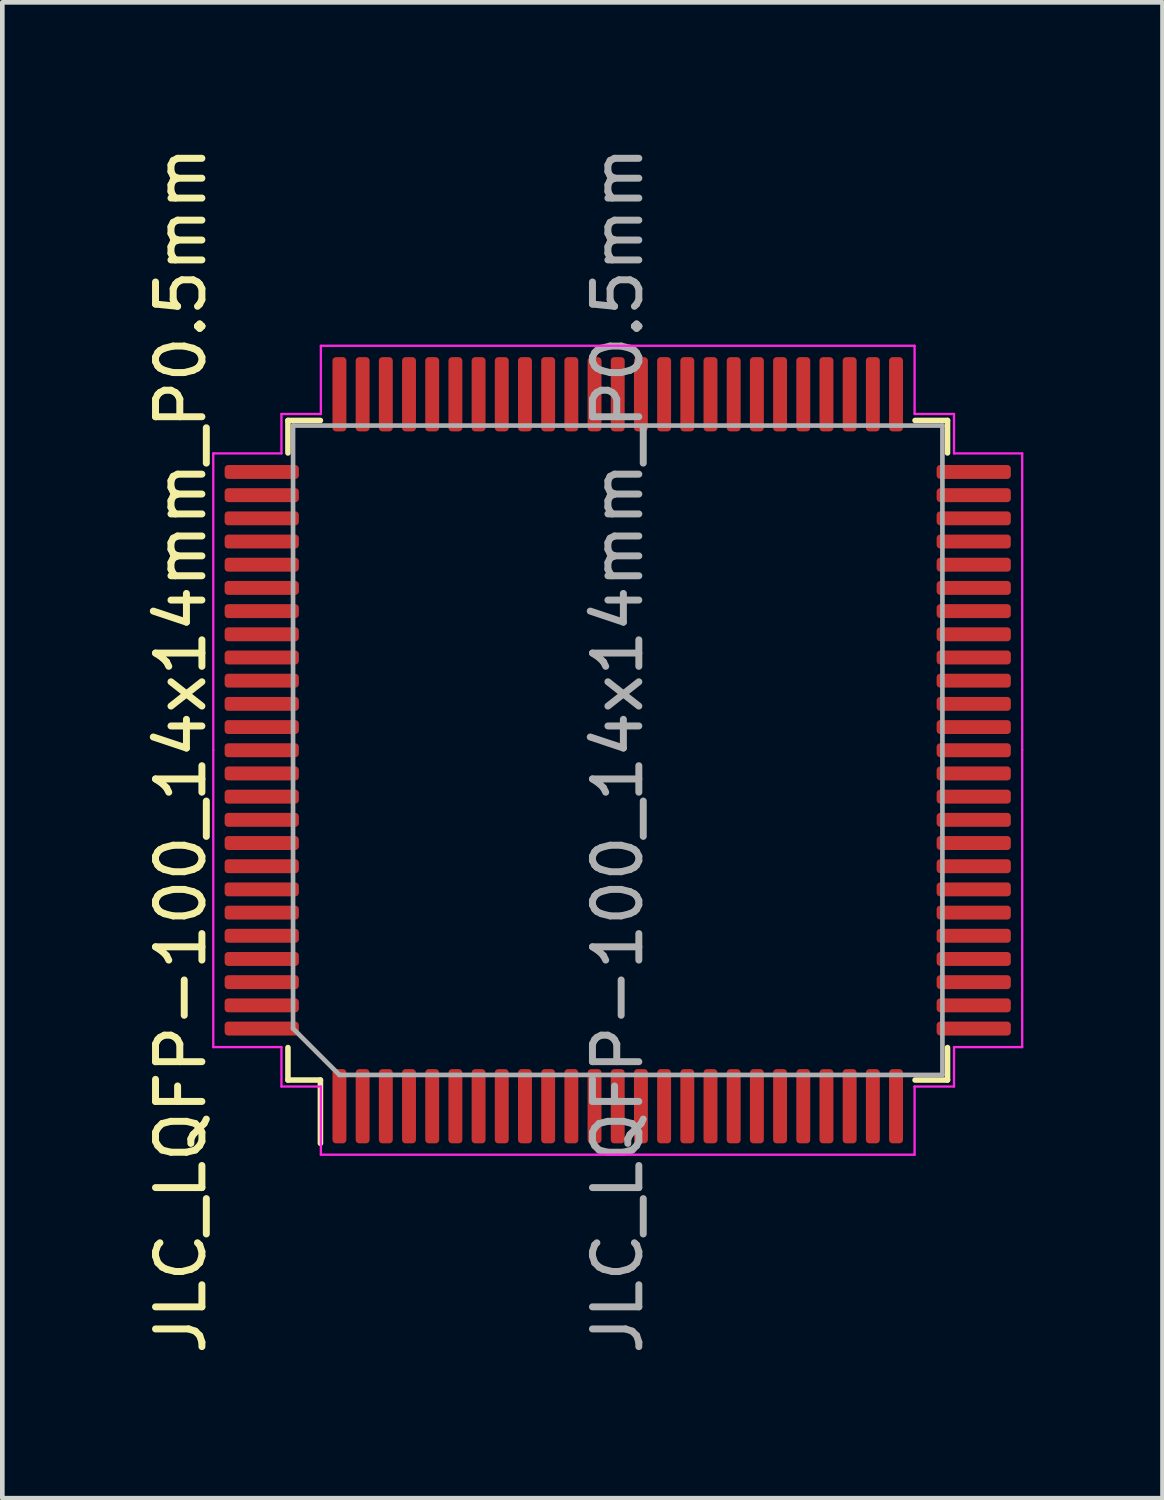
<source format=kicad_pcb>
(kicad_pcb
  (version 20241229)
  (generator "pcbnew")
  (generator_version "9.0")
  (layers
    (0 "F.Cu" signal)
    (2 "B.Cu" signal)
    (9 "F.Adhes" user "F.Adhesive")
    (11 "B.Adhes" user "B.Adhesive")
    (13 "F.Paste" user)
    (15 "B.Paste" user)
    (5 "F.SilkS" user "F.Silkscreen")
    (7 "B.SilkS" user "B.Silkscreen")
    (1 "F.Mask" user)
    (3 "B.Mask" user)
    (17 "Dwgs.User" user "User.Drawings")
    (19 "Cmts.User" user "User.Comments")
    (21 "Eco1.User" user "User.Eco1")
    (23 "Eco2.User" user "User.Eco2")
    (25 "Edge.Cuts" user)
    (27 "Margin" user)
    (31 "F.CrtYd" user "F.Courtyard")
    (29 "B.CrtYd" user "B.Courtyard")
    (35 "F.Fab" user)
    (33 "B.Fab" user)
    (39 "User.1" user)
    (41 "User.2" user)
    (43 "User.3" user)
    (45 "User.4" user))
  (footprint "JLC_LQFP-100_14x14mm_P0.5mm"
    (layer "F.Cu")
    (at 10.268 13.125)
    (property "Reference" "JLC_LQFP-100_14x14mm_P0.5mm" (at -9.42 0 90) (layer "F.SilkS") (effects (font (size 1 1) (thickness 0.15))))
    (attr smd)
    (fp_line (start -7.11 -7.11) (end -6.41 -7.11) (stroke (width 0.12) (type solid)) (layer "F.SilkS"))
    (fp_line (start -7.11 -6.41) (end -7.11 -7.11) (stroke (width 0.12) (type solid)) (layer "F.SilkS"))
    (fp_line (start -7.11 6.41) (end -7.11 7.11) (stroke (width 0.12) (type solid)) (layer "F.SilkS"))
    (fp_line (start -7.11 7.11) (end -6.41 7.11) (stroke (width 0.12) (type solid)) (layer "F.SilkS"))
    (fp_line (start -6.41 7.11) (end -6.41 8.475) (stroke (width 0.12) (type solid)) (layer "F.SilkS"))
    (fp_line (start 7.11 -7.11) (end 6.41 -7.11) (stroke (width 0.12) (type solid)) (layer "F.SilkS"))
    (fp_line (start 7.11 -6.41) (end 7.11 -7.11) (stroke (width 0.12) (type solid)) (layer "F.SilkS"))
    (fp_line (start 7.11 6.41) (end 7.11 7.11) (stroke (width 0.12) (type solid)) (layer "F.SilkS"))
    (fp_line (start 7.11 7.11) (end 6.41 7.11) (stroke (width 0.12) (type solid)) (layer "F.SilkS"))
    (fp_line (start -8.72 -6.4) (end -7.25 -6.4) (stroke (width 0.05) (type solid)) (layer "F.CrtYd"))
    (fp_line (start -8.72 0) (end -8.72 -6.4) (stroke (width 0.05) (type solid)) (layer "F.CrtYd"))
    (fp_line (start -8.72 0) (end -8.72 6.4) (stroke (width 0.05) (type solid)) (layer "F.CrtYd"))
    (fp_line (start -8.72 6.4) (end -7.25 6.4) (stroke (width 0.05) (type solid)) (layer "F.CrtYd"))
    (fp_line (start -7.25 -7.25) (end -6.4 -7.25) (stroke (width 0.05) (type solid)) (layer "F.CrtYd"))
    (fp_line (start -7.25 -6.4) (end -7.25 -7.25) (stroke (width 0.05) (type solid)) (layer "F.CrtYd"))
    (fp_line (start -7.25 6.4) (end -7.25 7.25) (stroke (width 0.05) (type solid)) (layer "F.CrtYd"))
    (fp_line (start -7.25 7.25) (end -6.4 7.25) (stroke (width 0.05) (type solid)) (layer "F.CrtYd"))
    (fp_line (start -6.4 -8.72) (end 0 -8.72) (stroke (width 0.05) (type solid)) (layer "F.CrtYd"))
    (fp_line (start -6.4 -7.25) (end -6.4 -8.72) (stroke (width 0.05) (type solid)) (layer "F.CrtYd"))
    (fp_line (start -6.4 7.25) (end -6.4 8.72) (stroke (width 0.05) (type solid)) (layer "F.CrtYd"))
    (fp_line (start -6.4 8.72) (end 0 8.72) (stroke (width 0.05) (type solid)) (layer "F.CrtYd"))
    (fp_line (start 6.4 -8.72) (end 0 -8.72) (stroke (width 0.05) (type solid)) (layer "F.CrtYd"))
    (fp_line (start 6.4 -7.25) (end 6.4 -8.72) (stroke (width 0.05) (type solid)) (layer "F.CrtYd"))
    (fp_line (start 6.4 7.25) (end 6.4 8.72) (stroke (width 0.05) (type solid)) (layer "F.CrtYd"))
    (fp_line (start 6.4 8.72) (end 0 8.72) (stroke (width 0.05) (type solid)) (layer "F.CrtYd"))
    (fp_line (start 7.25 -7.25) (end 6.4 -7.25) (stroke (width 0.05) (type solid)) (layer "F.CrtYd"))
    (fp_line (start 7.25 -6.4) (end 7.25 -7.25) (stroke (width 0.05) (type solid)) (layer "F.CrtYd"))
    (fp_line (start 7.25 6.4) (end 7.25 7.25) (stroke (width 0.05) (type solid)) (layer "F.CrtYd"))
    (fp_line (start 7.25 7.25) (end 6.4 7.25) (stroke (width 0.05) (type solid)) (layer "F.CrtYd"))
    (fp_line (start 8.72 -6.4) (end 7.25 -6.4) (stroke (width 0.05) (type solid)) (layer "F.CrtYd"))
    (fp_line (start 8.72 0) (end 8.72 -6.4) (stroke (width 0.05) (type solid)) (layer "F.CrtYd"))
    (fp_line (start 8.72 0) (end 8.72 6.4) (stroke (width 0.05) (type solid)) (layer "F.CrtYd"))
    (fp_line (start 8.72 6.4) (end 7.25 6.4) (stroke (width 0.05) (type solid)) (layer "F.CrtYd"))
    (fp_line (start -7 -7) (end 7 -7) (stroke (width 0.1) (type solid)) (layer "F.Fab"))
    (fp_line (start -7 6) (end -7 -7) (stroke (width 0.1) (type solid)) (layer "F.Fab"))
    (fp_line (start -6 7) (end -7 6) (stroke (width 0.1) (type solid)) (layer "F.Fab"))
    (fp_line (start 7 -7) (end 7 7) (stroke (width 0.1) (type solid)) (layer "F.Fab"))
    (fp_line (start 7 7) (end -6 7) (stroke (width 0.1) (type solid)) (layer "F.Fab"))
    (fp_text user "${REFERENCE}" (at 0 0 90) (layer "F.Fab") (effects (font (size 1 1) (thickness 0.15))))
    (pad "1" smd roundrect (at -6 7.675 90) (size 1.6 0.3) (layers "F.Cu" "F.Mask" "F.Paste") (roundrect_rratio 0.25))
    (pad "2" smd roundrect (at -5.5 7.675 90) (size 1.6 0.3) (layers "F.Cu" "F.Mask" "F.Paste") (roundrect_rratio 0.25))
    (pad "3" smd roundrect (at -5 7.675 90) (size 1.6 0.3) (layers "F.Cu" "F.Mask" "F.Paste") (roundrect_rratio 0.25))
    (pad "4" smd roundrect (at -4.5 7.675 90) (size 1.6 0.3) (layers "F.Cu" "F.Mask" "F.Paste") (roundrect_rratio 0.25))
    (pad "5" smd roundrect (at -4 7.675 90) (size 1.6 0.3) (layers "F.Cu" "F.Mask" "F.Paste") (roundrect_rratio 0.25))
    (pad "6" smd roundrect (at -3.5 7.675 90) (size 1.6 0.3) (layers "F.Cu" "F.Mask" "F.Paste") (roundrect_rratio 0.25))
    (pad "7" smd roundrect (at -3 7.675 90) (size 1.6 0.3) (layers "F.Cu" "F.Mask" "F.Paste") (roundrect_rratio 0.25))
    (pad "8" smd roundrect (at -2.5 7.675 90) (size 1.6 0.3) (layers "F.Cu" "F.Mask" "F.Paste") (roundrect_rratio 0.25))
    (pad "9" smd roundrect (at -2 7.675 90) (size 1.6 0.3) (layers "F.Cu" "F.Mask" "F.Paste") (roundrect_rratio 0.25))
    (pad "10" smd roundrect (at -1.5 7.675 90) (size 1.6 0.3) (layers "F.Cu" "F.Mask" "F.Paste") (roundrect_rratio 0.25))
    (pad "11" smd roundrect (at -1 7.675 90) (size 1.6 0.3) (layers "F.Cu" "F.Mask" "F.Paste") (roundrect_rratio 0.25))
    (pad "12" smd roundrect (at -0.5 7.675 90) (size 1.6 0.3) (layers "F.Cu" "F.Mask" "F.Paste") (roundrect_rratio 0.25))
    (pad "13" smd roundrect (at 0 7.675 90) (size 1.6 0.3) (layers "F.Cu" "F.Mask" "F.Paste") (roundrect_rratio 0.25))
    (pad "14" smd roundrect (at 0.5 7.675 90) (size 1.6 0.3) (layers "F.Cu" "F.Mask" "F.Paste") (roundrect_rratio 0.25))
    (pad "15" smd roundrect (at 1 7.675 90) (size 1.6 0.3) (layers "F.Cu" "F.Mask" "F.Paste") (roundrect_rratio 0.25))
    (pad "16" smd roundrect (at 1.5 7.675 90) (size 1.6 0.3) (layers "F.Cu" "F.Mask" "F.Paste") (roundrect_rratio 0.25))
    (pad "17" smd roundrect (at 2 7.675 90) (size 1.6 0.3) (layers "F.Cu" "F.Mask" "F.Paste") (roundrect_rratio 0.25))
    (pad "18" smd roundrect (at 2.5 7.675 90) (size 1.6 0.3) (layers "F.Cu" "F.Mask" "F.Paste") (roundrect_rratio 0.25))
    (pad "19" smd roundrect (at 3 7.675 90) (size 1.6 0.3) (layers "F.Cu" "F.Mask" "F.Paste") (roundrect_rratio 0.25))
    (pad "20" smd roundrect (at 3.5 7.675 90) (size 1.6 0.3) (layers "F.Cu" "F.Mask" "F.Paste") (roundrect_rratio 0.25))
    (pad "21" smd roundrect (at 4 7.675 90) (size 1.6 0.3) (layers "F.Cu" "F.Mask" "F.Paste") (roundrect_rratio 0.25))
    (pad "22" smd roundrect (at 4.5 7.675 90) (size 1.6 0.3) (layers "F.Cu" "F.Mask" "F.Paste") (roundrect_rratio 0.25))
    (pad "23" smd roundrect (at 5 7.675 90) (size 1.6 0.3) (layers "F.Cu" "F.Mask" "F.Paste") (roundrect_rratio 0.25))
    (pad "24" smd roundrect (at 5.5 7.675 90) (size 1.6 0.3) (layers "F.Cu" "F.Mask" "F.Paste") (roundrect_rratio 0.25))
    (pad "25" smd roundrect (at 6 7.675 90) (size 1.6 0.3) (layers "F.Cu" "F.Mask" "F.Paste") (roundrect_rratio 0.25))
    (pad "26" smd roundrect (at 7.675 6 90) (size 0.3 1.6) (layers "F.Cu" "F.Mask" "F.Paste") (roundrect_rratio 0.25))
    (pad "27" smd roundrect (at 7.675 5.5 90) (size 0.3 1.6) (layers "F.Cu" "F.Mask" "F.Paste") (roundrect_rratio 0.25))
    (pad "28" smd roundrect (at 7.675 5 90) (size 0.3 1.6) (layers "F.Cu" "F.Mask" "F.Paste") (roundrect_rratio 0.25))
    (pad "29" smd roundrect (at 7.675 4.5 90) (size 0.3 1.6) (layers "F.Cu" "F.Mask" "F.Paste") (roundrect_rratio 0.25))
    (pad "30" smd roundrect (at 7.675 4 90) (size 0.3 1.6) (layers "F.Cu" "F.Mask" "F.Paste") (roundrect_rratio 0.25))
    (pad "31" smd roundrect (at 7.675 3.5 90) (size 0.3 1.6) (layers "F.Cu" "F.Mask" "F.Paste") (roundrect_rratio 0.25))
    (pad "32" smd roundrect (at 7.675 3 90) (size 0.3 1.6) (layers "F.Cu" "F.Mask" "F.Paste") (roundrect_rratio 0.25))
    (pad "33" smd roundrect (at 7.675 2.5 90) (size 0.3 1.6) (layers "F.Cu" "F.Mask" "F.Paste") (roundrect_rratio 0.25))
    (pad "34" smd roundrect (at 7.675 2 90) (size 0.3 1.6) (layers "F.Cu" "F.Mask" "F.Paste") (roundrect_rratio 0.25))
    (pad "35" smd roundrect (at 7.675 1.5 90) (size 0.3 1.6) (layers "F.Cu" "F.Mask" "F.Paste") (roundrect_rratio 0.25))
    (pad "36" smd roundrect (at 7.675 1 90) (size 0.3 1.6) (layers "F.Cu" "F.Mask" "F.Paste") (roundrect_rratio 0.25))
    (pad "37" smd roundrect (at 7.675 0.5 90) (size 0.3 1.6) (layers "F.Cu" "F.Mask" "F.Paste") (roundrect_rratio 0.25))
    (pad "38" smd roundrect (at 7.675 0 90) (size 0.3 1.6) (layers "F.Cu" "F.Mask" "F.Paste") (roundrect_rratio 0.25))
    (pad "39" smd roundrect (at 7.675 -0.5 90) (size 0.3 1.6) (layers "F.Cu" "F.Mask" "F.Paste") (roundrect_rratio 0.25))
    (pad "40" smd roundrect (at 7.675 -1 90) (size 0.3 1.6) (layers "F.Cu" "F.Mask" "F.Paste") (roundrect_rratio 0.25))
    (pad "41" smd roundrect (at 7.675 -1.5 90) (size 0.3 1.6) (layers "F.Cu" "F.Mask" "F.Paste") (roundrect_rratio 0.25))
    (pad "42" smd roundrect (at 7.675 -2 90) (size 0.3 1.6) (layers "F.Cu" "F.Mask" "F.Paste") (roundrect_rratio 0.25))
    (pad "43" smd roundrect (at 7.675 -2.5 90) (size 0.3 1.6) (layers "F.Cu" "F.Mask" "F.Paste") (roundrect_rratio 0.25))
    (pad "44" smd roundrect (at 7.675 -3 90) (size 0.3 1.6) (layers "F.Cu" "F.Mask" "F.Paste") (roundrect_rratio 0.25))
    (pad "45" smd roundrect (at 7.675 -3.5 90) (size 0.3 1.6) (layers "F.Cu" "F.Mask" "F.Paste") (roundrect_rratio 0.25))
    (pad "46" smd roundrect (at 7.675 -4 90) (size 0.3 1.6) (layers "F.Cu" "F.Mask" "F.Paste") (roundrect_rratio 0.25))
    (pad "47" smd roundrect (at 7.675 -4.5 90) (size 0.3 1.6) (layers "F.Cu" "F.Mask" "F.Paste") (roundrect_rratio 0.25))
    (pad "48" smd roundrect (at 7.675 -5 90) (size 0.3 1.6) (layers "F.Cu" "F.Mask" "F.Paste") (roundrect_rratio 0.25))
    (pad "49" smd roundrect (at 7.675 -5.5 90) (size 0.3 1.6) (layers "F.Cu" "F.Mask" "F.Paste") (roundrect_rratio 0.25))
    (pad "50" smd roundrect (at 7.675 -6 90) (size 0.3 1.6) (layers "F.Cu" "F.Mask" "F.Paste") (roundrect_rratio 0.25))
    (pad "51" smd roundrect (at 6 -7.675 90) (size 1.6 0.3) (layers "F.Cu" "F.Mask" "F.Paste") (roundrect_rratio 0.25))
    (pad "52" smd roundrect (at 5.5 -7.675 90) (size 1.6 0.3) (layers "F.Cu" "F.Mask" "F.Paste") (roundrect_rratio 0.25))
    (pad "53" smd roundrect (at 5 -7.675 90) (size 1.6 0.3) (layers "F.Cu" "F.Mask" "F.Paste") (roundrect_rratio 0.25))
    (pad "54" smd roundrect (at 4.5 -7.675 90) (size 1.6 0.3) (layers "F.Cu" "F.Mask" "F.Paste") (roundrect_rratio 0.25))
    (pad "55" smd roundrect (at 4 -7.675 90) (size 1.6 0.3) (layers "F.Cu" "F.Mask" "F.Paste") (roundrect_rratio 0.25))
    (pad "56" smd roundrect (at 3.5 -7.675 90) (size 1.6 0.3) (layers "F.Cu" "F.Mask" "F.Paste") (roundrect_rratio 0.25))
    (pad "57" smd roundrect (at 3 -7.675 90) (size 1.6 0.3) (layers "F.Cu" "F.Mask" "F.Paste") (roundrect_rratio 0.25))
    (pad "58" smd roundrect (at 2.5 -7.675 90) (size 1.6 0.3) (layers "F.Cu" "F.Mask" "F.Paste") (roundrect_rratio 0.25))
    (pad "59" smd roundrect (at 2 -7.675 90) (size 1.6 0.3) (layers "F.Cu" "F.Mask" "F.Paste") (roundrect_rratio 0.25))
    (pad "60" smd roundrect (at 1.5 -7.675 90) (size 1.6 0.3) (layers "F.Cu" "F.Mask" "F.Paste") (roundrect_rratio 0.25))
    (pad "61" smd roundrect (at 1 -7.675 90) (size 1.6 0.3) (layers "F.Cu" "F.Mask" "F.Paste") (roundrect_rratio 0.25))
    (pad "62" smd roundrect (at 0.5 -7.675 90) (size 1.6 0.3) (layers "F.Cu" "F.Mask" "F.Paste") (roundrect_rratio 0.25))
    (pad "63" smd roundrect (at 0 -7.675 90) (size 1.6 0.3) (layers "F.Cu" "F.Mask" "F.Paste") (roundrect_rratio 0.25))
    (pad "64" smd roundrect (at -0.5 -7.675 90) (size 1.6 0.3) (layers "F.Cu" "F.Mask" "F.Paste") (roundrect_rratio 0.25))
    (pad "65" smd roundrect (at -1 -7.675 90) (size 1.6 0.3) (layers "F.Cu" "F.Mask" "F.Paste") (roundrect_rratio 0.25))
    (pad "66" smd roundrect (at -1.5 -7.675 90) (size 1.6 0.3) (layers "F.Cu" "F.Mask" "F.Paste") (roundrect_rratio 0.25))
    (pad "67" smd roundrect (at -2 -7.675 90) (size 1.6 0.3) (layers "F.Cu" "F.Mask" "F.Paste") (roundrect_rratio 0.25))
    (pad "68" smd roundrect (at -2.5 -7.675 90) (size 1.6 0.3) (layers "F.Cu" "F.Mask" "F.Paste") (roundrect_rratio 0.25))
    (pad "69" smd roundrect (at -3 -7.675 90) (size 1.6 0.3) (layers "F.Cu" "F.Mask" "F.Paste") (roundrect_rratio 0.25))
    (pad "70" smd roundrect (at -3.5 -7.675 90) (size 1.6 0.3) (layers "F.Cu" "F.Mask" "F.Paste") (roundrect_rratio 0.25))
    (pad "71" smd roundrect (at -4 -7.675 90) (size 1.6 0.3) (layers "F.Cu" "F.Mask" "F.Paste") (roundrect_rratio 0.25))
    (pad "72" smd roundrect (at -4.5 -7.675 90) (size 1.6 0.3) (layers "F.Cu" "F.Mask" "F.Paste") (roundrect_rratio 0.25))
    (pad "73" smd roundrect (at -5 -7.675 90) (size 1.6 0.3) (layers "F.Cu" "F.Mask" "F.Paste") (roundrect_rratio 0.25))
    (pad "74" smd roundrect (at -5.5 -7.675 90) (size 1.6 0.3) (layers "F.Cu" "F.Mask" "F.Paste") (roundrect_rratio 0.25))
    (pad "75" smd roundrect (at -6 -7.675 90) (size 1.6 0.3) (layers "F.Cu" "F.Mask" "F.Paste") (roundrect_rratio 0.25))
    (pad "76" smd roundrect (at -7.675 -6 90) (size 0.3 1.6) (layers "F.Cu" "F.Mask" "F.Paste") (roundrect_rratio 0.25))
    (pad "77" smd roundrect (at -7.675 -5.5 90) (size 0.3 1.6) (layers "F.Cu" "F.Mask" "F.Paste") (roundrect_rratio 0.25))
    (pad "78" smd roundrect (at -7.675 -5 90) (size 0.3 1.6) (layers "F.Cu" "F.Mask" "F.Paste") (roundrect_rratio 0.25))
    (pad "79" smd roundrect (at -7.675 -4.5 90) (size 0.3 1.6) (layers "F.Cu" "F.Mask" "F.Paste") (roundrect_rratio 0.25))
    (pad "80" smd roundrect (at -7.675 -4 90) (size 0.3 1.6) (layers "F.Cu" "F.Mask" "F.Paste") (roundrect_rratio 0.25))
    (pad "81" smd roundrect (at -7.675 -3.5 90) (size 0.3 1.6) (layers "F.Cu" "F.Mask" "F.Paste") (roundrect_rratio 0.25))
    (pad "82" smd roundrect (at -7.675 -3 90) (size 0.3 1.6) (layers "F.Cu" "F.Mask" "F.Paste") (roundrect_rratio 0.25))
    (pad "83" smd roundrect (at -7.675 -2.5 90) (size 0.3 1.6) (layers "F.Cu" "F.Mask" "F.Paste") (roundrect_rratio 0.25))
    (pad "84" smd roundrect (at -7.675 -2 90) (size 0.3 1.6) (layers "F.Cu" "F.Mask" "F.Paste") (roundrect_rratio 0.25))
    (pad "85" smd roundrect (at -7.675 -1.5 90) (size 0.3 1.6) (layers "F.Cu" "F.Mask" "F.Paste") (roundrect_rratio 0.25))
    (pad "86" smd roundrect (at -7.675 -1 90) (size 0.3 1.6) (layers "F.Cu" "F.Mask" "F.Paste") (roundrect_rratio 0.25))
    (pad "87" smd roundrect (at -7.675 -0.5 90) (size 0.3 1.6) (layers "F.Cu" "F.Mask" "F.Paste") (roundrect_rratio 0.25))
    (pad "88" smd roundrect (at -7.675 0 90) (size 0.3 1.6) (layers "F.Cu" "F.Mask" "F.Paste") (roundrect_rratio 0.25))
    (pad "89" smd roundrect (at -7.675 0.5 90) (size 0.3 1.6) (layers "F.Cu" "F.Mask" "F.Paste") (roundrect_rratio 0.25))
    (pad "90" smd roundrect (at -7.675 1 90) (size 0.3 1.6) (layers "F.Cu" "F.Mask" "F.Paste") (roundrect_rratio 0.25))
    (pad "91" smd roundrect (at -7.675 1.5 90) (size 0.3 1.6) (layers "F.Cu" "F.Mask" "F.Paste") (roundrect_rratio 0.25))
    (pad "92" smd roundrect (at -7.675 2 90) (size 0.3 1.6) (layers "F.Cu" "F.Mask" "F.Paste") (roundrect_rratio 0.25))
    (pad "93" smd roundrect (at -7.675 2.5 90) (size 0.3 1.6) (layers "F.Cu" "F.Mask" "F.Paste") (roundrect_rratio 0.25))
    (pad "94" smd roundrect (at -7.675 3 90) (size 0.3 1.6) (layers "F.Cu" "F.Mask" "F.Paste") (roundrect_rratio 0.25))
    (pad "95" smd roundrect (at -7.675 3.5 90) (size 0.3 1.6) (layers "F.Cu" "F.Mask" "F.Paste") (roundrect_rratio 0.25))
    (pad "96" smd roundrect (at -7.675 4 90) (size 0.3 1.6) (layers "F.Cu" "F.Mask" "F.Paste") (roundrect_rratio 0.25))
    (pad "97" smd roundrect (at -7.675 4.5 90) (size 0.3 1.6) (layers "F.Cu" "F.Mask" "F.Paste") (roundrect_rratio 0.25))
    (pad "98" smd roundrect (at -7.675 5 90) (size 0.3 1.6) (layers "F.Cu" "F.Mask" "F.Paste") (roundrect_rratio 0.25))
    (pad "99" smd roundrect (at -7.675 5.5 90) (size 0.3 1.6) (layers "F.Cu" "F.Mask" "F.Paste") (roundrect_rratio 0.25))
    (pad "100" smd roundrect (at -7.675 6 90) (size 0.3 1.6) (layers "F.Cu" "F.Mask" "F.Paste") (roundrect_rratio 0.25)))
  (gr_rect
    (start -3 -3)
    (end 22.013 29.25)
    (stroke (width 0.1) (type default))
    (fill no)
    (layer "Edge.Cuts")))
</source>
